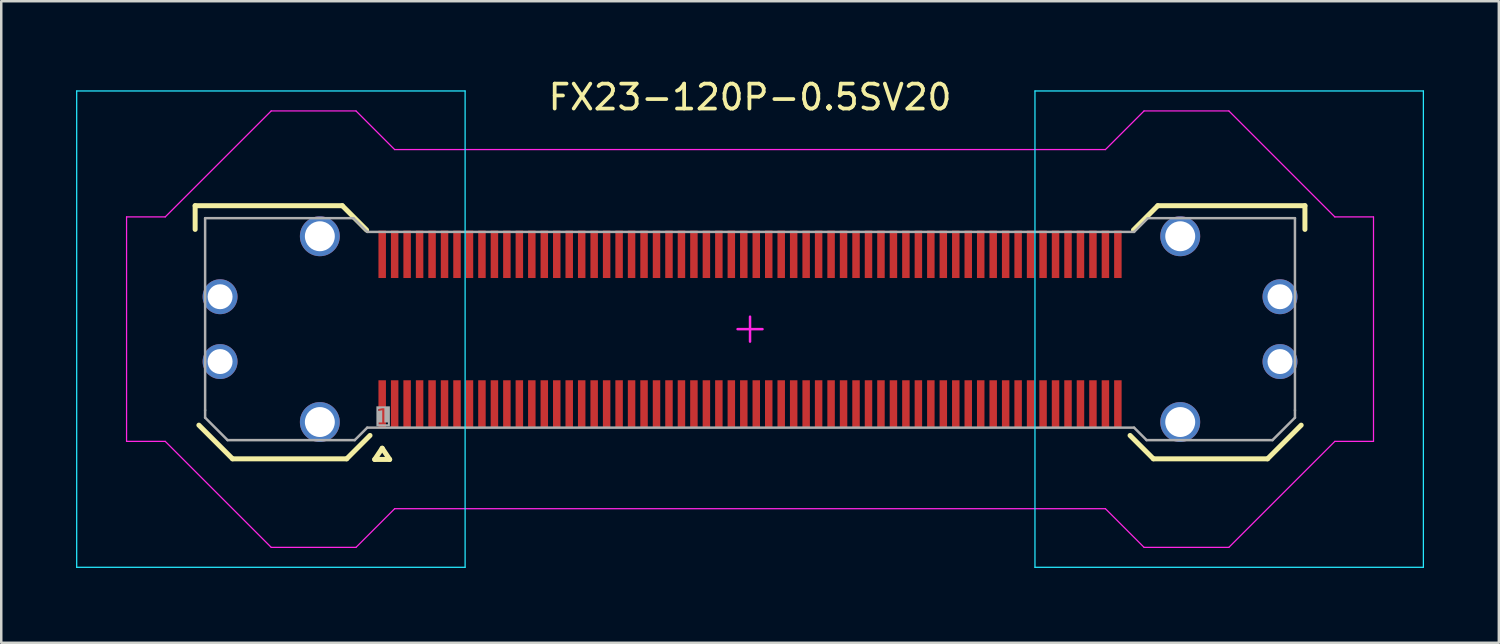
<source format=kicad_pcb>
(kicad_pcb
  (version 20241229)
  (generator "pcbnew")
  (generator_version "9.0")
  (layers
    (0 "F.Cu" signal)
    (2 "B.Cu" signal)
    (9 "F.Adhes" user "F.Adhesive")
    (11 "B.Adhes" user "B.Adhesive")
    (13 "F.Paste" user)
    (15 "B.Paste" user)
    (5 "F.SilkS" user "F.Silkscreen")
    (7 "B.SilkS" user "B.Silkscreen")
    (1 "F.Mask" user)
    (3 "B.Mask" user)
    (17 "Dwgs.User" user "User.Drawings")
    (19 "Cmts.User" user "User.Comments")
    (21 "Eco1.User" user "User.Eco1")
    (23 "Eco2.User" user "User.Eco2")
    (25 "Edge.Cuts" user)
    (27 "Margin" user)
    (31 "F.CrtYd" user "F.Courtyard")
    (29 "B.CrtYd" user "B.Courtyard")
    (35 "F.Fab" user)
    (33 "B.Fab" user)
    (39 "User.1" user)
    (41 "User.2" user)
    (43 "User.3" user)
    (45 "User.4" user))
  (footprint "FX23-120P-0.5SV20"
    (layer "F.Cu")
    (at 27.025 10.148)
    (property "Reference" "FX23-120P-0.5SV20" (at 0 -9.3 0) (layer "F.SilkS") (effects (font (size 1 1) (thickness 0.15))))
    (fp_line (start -22.25 -4.95) (end -16.35 -4.95) (stroke (width 0.2) (type solid)) (layer "F.SilkS"))
    (fp_line (start -22.25 -4) (end -22.25 -4.95) (stroke (width 0.2) (type solid)) (layer "F.SilkS"))
    (fp_line (start -22.1 3.85) (end -20.75 5.2) (stroke (width 0.2) (type solid)) (layer "F.SilkS"))
    (fp_line (start -20.75 5.2) (end -16.175 5.2) (stroke (width 0.2) (type solid)) (layer "F.SilkS"))
    (fp_line (start -16.35 -4.95) (end -15.375 -3.975) (stroke (width 0.2) (type solid)) (layer "F.SilkS"))
    (fp_line (start -16.175 5.2) (end -15.238 4.263) (stroke (width 0.2) (type solid)) (layer "F.SilkS"))
    (fp_line (start -15.05 5.225) (end -14.75 4.775) (stroke (width 0.2) (type solid)) (layer "F.SilkS"))
    (fp_line (start -15.05 5.225) (end -14.45 5.225) (stroke (width 0.2) (type solid)) (layer "F.SilkS"))
    (fp_line (start -14.75 4.775) (end -14.45 5.225) (stroke (width 0.2) (type solid)) (layer "F.SilkS"))
    (fp_line (start 15.238 4.263) (end 16.175 5.2) (stroke (width 0.2) (type solid)) (layer "F.SilkS"))
    (fp_line (start 15.375 -3.975) (end 16.35 -4.95) (stroke (width 0.2) (type solid)) (layer "F.SilkS"))
    (fp_line (start 16.175 5.2) (end 20.75 5.2) (stroke (width 0.2) (type solid)) (layer "F.SilkS"))
    (fp_line (start 16.35 -4.95) (end 22.25 -4.95) (stroke (width 0.2) (type solid)) (layer "F.SilkS"))
    (fp_line (start 20.75 5.2) (end 22.1 3.85) (stroke (width 0.2) (type solid)) (layer "F.SilkS"))
    (fp_line (start 22.25 -4) (end 22.25 -4.95) (stroke (width 0.2) (type solid)) (layer "F.SilkS"))
    (fp_rect (start -21.95 -1) (end -20.437 -0.3) (stroke (width 0) (type default)) (fill yes) (layer "F.Paste"))
    (fp_rect (start -20.437 1) (end -21.95 0.3) (stroke (width 0) (type default)) (fill yes) (layer "F.Paste"))
    (fp_rect (start -16.85 -2.913) (end -15.4 -4.425) (stroke (width 0) (type default)) (fill yes) (layer "F.Paste"))
    (fp_rect (start -16.85 4.425) (end -15.4 2.913) (stroke (width 0) (type default)) (fill yes) (layer "F.Paste"))
    (fp_rect (start -14.875 -2.1) (end -14.625 -3.9) (stroke (width 0) (type default)) (fill yes) (layer "F.Paste"))
    (fp_rect (start -14.875 3.9) (end -14.625 2.1) (stroke (width 0) (type default)) (fill yes) (layer "F.Paste"))
    (fp_rect (start -14.375 -2.1) (end -14.125 -3.9) (stroke (width 0) (type default)) (fill yes) (layer "F.Paste"))
    (fp_rect (start -14.375 3.9) (end -14.125 2.1) (stroke (width 0) (type default)) (fill yes) (layer "F.Paste"))
    (fp_rect (start -13.875 -2.1) (end -13.625 -3.9) (stroke (width 0) (type default)) (fill yes) (layer "F.Paste"))
    (fp_rect (start -13.875 3.9) (end -13.625 2.1) (stroke (width 0) (type default)) (fill yes) (layer "F.Paste"))
    (fp_rect (start -13.375 -2.1) (end -13.125 -3.9) (stroke (width 0) (type default)) (fill yes) (layer "F.Paste"))
    (fp_rect (start -13.375 3.9) (end -13.125 2.1) (stroke (width 0) (type default)) (fill yes) (layer "F.Paste"))
    (fp_rect (start -12.875 -2.1) (end -12.625 -3.9) (stroke (width 0) (type default)) (fill yes) (layer "F.Paste"))
    (fp_rect (start -12.875 3.9) (end -12.625 2.1) (stroke (width 0) (type default)) (fill yes) (layer "F.Paste"))
    (fp_rect (start -12.375 -2.1) (end -12.125 -3.9) (stroke (width 0) (type default)) (fill yes) (layer "F.Paste"))
    (fp_rect (start -12.375 3.9) (end -12.125 2.1) (stroke (width 0) (type default)) (fill yes) (layer "F.Paste"))
    (fp_rect (start -11.875 -2.1) (end -11.625 -3.9) (stroke (width 0) (type default)) (fill yes) (layer "F.Paste"))
    (fp_rect (start -11.875 3.9) (end -11.625 2.1) (stroke (width 0) (type default)) (fill yes) (layer "F.Paste"))
    (fp_rect (start -11.375 -2.1) (end -11.125 -3.9) (stroke (width 0) (type default)) (fill yes) (layer "F.Paste"))
    (fp_rect (start -11.375 3.9) (end -11.125 2.1) (stroke (width 0) (type default)) (fill yes) (layer "F.Paste"))
    (fp_rect (start -10.875 -2.1) (end -10.625 -3.9) (stroke (width 0) (type default)) (fill yes) (layer "F.Paste"))
    (fp_rect (start -10.875 3.9) (end -10.625 2.1) (stroke (width 0) (type default)) (fill yes) (layer "F.Paste"))
    (fp_rect (start -10.375 -2.1) (end -10.125 -3.9) (stroke (width 0) (type default)) (fill yes) (layer "F.Paste"))
    (fp_rect (start -10.375 3.9) (end -10.125 2.1) (stroke (width 0) (type default)) (fill yes) (layer "F.Paste"))
    (fp_rect (start -9.875 -2.1) (end -9.625 -3.9) (stroke (width 0) (type default)) (fill yes) (layer "F.Paste"))
    (fp_rect (start -9.875 3.9) (end -9.625 2.1) (stroke (width 0) (type default)) (fill yes) (layer "F.Paste"))
    (fp_rect (start -9.375 -2.1) (end -9.125 -3.9) (stroke (width 0) (type default)) (fill yes) (layer "F.Paste"))
    (fp_rect (start -9.375 3.9) (end -9.125 2.1) (stroke (width 0) (type default)) (fill yes) (layer "F.Paste"))
    (fp_rect (start -8.875 -2.1) (end -8.625 -3.9) (stroke (width 0) (type default)) (fill yes) (layer "F.Paste"))
    (fp_rect (start -8.875 3.9) (end -8.625 2.1) (stroke (width 0) (type default)) (fill yes) (layer "F.Paste"))
    (fp_rect (start -8.375 -2.1) (end -8.125 -3.9) (stroke (width 0) (type default)) (fill yes) (layer "F.Paste"))
    (fp_rect (start -8.375 3.9) (end -8.125 2.1) (stroke (width 0) (type default)) (fill yes) (layer "F.Paste"))
    (fp_rect (start -7.875 -2.1) (end -7.625 -3.9) (stroke (width 0) (type default)) (fill yes) (layer "F.Paste"))
    (fp_rect (start -7.875 3.9) (end -7.625 2.1) (stroke (width 0) (type default)) (fill yes) (layer "F.Paste"))
    (fp_rect (start -7.375 -2.1) (end -7.125 -3.9) (stroke (width 0) (type default)) (fill yes) (layer "F.Paste"))
    (fp_rect (start -7.375 3.9) (end -7.125 2.1) (stroke (width 0) (type default)) (fill yes) (layer "F.Paste"))
    (fp_rect (start -6.875 -2.1) (end -6.625 -3.9) (stroke (width 0) (type default)) (fill yes) (layer "F.Paste"))
    (fp_rect (start -6.875 3.9) (end -6.625 2.1) (stroke (width 0) (type default)) (fill yes) (layer "F.Paste"))
    (fp_rect (start -6.375 -2.1) (end -6.125 -3.9) (stroke (width 0) (type default)) (fill yes) (layer "F.Paste"))
    (fp_rect (start -6.375 3.9) (end -6.125 2.1) (stroke (width 0) (type default)) (fill yes) (layer "F.Paste"))
    (fp_rect (start -5.875 -2.1) (end -5.625 -3.9) (stroke (width 0) (type default)) (fill yes) (layer "F.Paste"))
    (fp_rect (start -5.875 3.9) (end -5.625 2.1) (stroke (width 0) (type default)) (fill yes) (layer "F.Paste"))
    (fp_rect (start -5.375 -2.1) (end -5.125 -3.9) (stroke (width 0) (type default)) (fill yes) (layer "F.Paste"))
    (fp_rect (start -5.375 3.9) (end -5.125 2.1) (stroke (width 0) (type default)) (fill yes) (layer "F.Paste"))
    (fp_rect (start -4.875 -2.1) (end -4.625 -3.9) (stroke (width 0) (type default)) (fill yes) (layer "F.Paste"))
    (fp_rect (start -4.875 3.9) (end -4.625 2.1) (stroke (width 0) (type default)) (fill yes) (layer "F.Paste"))
    (fp_rect (start -4.375 -2.1) (end -4.125 -3.9) (stroke (width 0) (type default)) (fill yes) (layer "F.Paste"))
    (fp_rect (start -4.375 3.9) (end -4.125 2.1) (stroke (width 0) (type default)) (fill yes) (layer "F.Paste"))
    (fp_rect (start -3.875 -2.1) (end -3.625 -3.9) (stroke (width 0) (type default)) (fill yes) (layer "F.Paste"))
    (fp_rect (start -3.875 3.9) (end -3.625 2.1) (stroke (width 0) (type default)) (fill yes) (layer "F.Paste"))
    (fp_rect (start -3.375 -2.1) (end -3.125 -3.9) (stroke (width 0) (type default)) (fill yes) (layer "F.Paste"))
    (fp_rect (start -3.375 3.9) (end -3.125 2.1) (stroke (width 0) (type default)) (fill yes) (layer "F.Paste"))
    (fp_rect (start -2.875 -2.1) (end -2.625 -3.9) (stroke (width 0) (type default)) (fill yes) (layer "F.Paste"))
    (fp_rect (start -2.875 3.9) (end -2.625 2.1) (stroke (width 0) (type default)) (fill yes) (layer "F.Paste"))
    (fp_rect (start -2.375 -2.1) (end -2.125 -3.9) (stroke (width 0) (type default)) (fill yes) (layer "F.Paste"))
    (fp_rect (start -2.375 3.9) (end -2.125 2.1) (stroke (width 0) (type default)) (fill yes) (layer "F.Paste"))
    (fp_rect (start -1.875 -2.1) (end -1.625 -3.9) (stroke (width 0) (type default)) (fill yes) (layer "F.Paste"))
    (fp_rect (start -1.875 3.9) (end -1.625 2.1) (stroke (width 0) (type default)) (fill yes) (layer "F.Paste"))
    (fp_rect (start -1.375 -2.1) (end -1.125 -3.9) (stroke (width 0) (type default)) (fill yes) (layer "F.Paste"))
    (fp_rect (start -1.375 3.9) (end -1.125 2.1) (stroke (width 0) (type default)) (fill yes) (layer "F.Paste"))
    (fp_rect (start -0.875 -2.1) (end -0.625 -3.9) (stroke (width 0) (type default)) (fill yes) (layer "F.Paste"))
    (fp_rect (start -0.875 3.9) (end -0.625 2.1) (stroke (width 0) (type default)) (fill yes) (layer "F.Paste"))
    (fp_rect (start -0.375 -2.1) (end -0.125 -3.9) (stroke (width 0) (type default)) (fill yes) (layer "F.Paste"))
    (fp_rect (start -0.375 3.9) (end -0.125 2.1) (stroke (width 0) (type default)) (fill yes) (layer "F.Paste"))
    (fp_rect (start 0.125 -2.1) (end 0.375 -3.9) (stroke (width 0) (type default)) (fill yes) (layer "F.Paste"))
    (fp_rect (start 0.125 3.9) (end 0.375 2.1) (stroke (width 0) (type default)) (fill yes) (layer "F.Paste"))
    (fp_rect (start 0.625 -2.1) (end 0.875 -3.9) (stroke (width 0) (type default)) (fill yes) (layer "F.Paste"))
    (fp_rect (start 0.625 3.9) (end 0.875 2.1) (stroke (width 0) (type default)) (fill yes) (layer "F.Paste"))
    (fp_rect (start 1.125 -2.1) (end 1.375 -3.9) (stroke (width 0) (type default)) (fill yes) (layer "F.Paste"))
    (fp_rect (start 1.125 3.9) (end 1.375 2.1) (stroke (width 0) (type default)) (fill yes) (layer "F.Paste"))
    (fp_rect (start 1.625 -2.1) (end 1.875 -3.9) (stroke (width 0) (type default)) (fill yes) (layer "F.Paste"))
    (fp_rect (start 1.625 3.9) (end 1.875 2.1) (stroke (width 0) (type default)) (fill yes) (layer "F.Paste"))
    (fp_rect (start 2.125 3.9) (end 2.375 2.1) (stroke (width 0) (type default)) (fill yes) (layer "F.Paste"))
    (fp_rect (start 2.125 -2.1) (end 2.375 -3.9) (stroke (width 0) (type default)) (fill yes) (layer "F.Paste"))
    (fp_rect (start 2.625 -2.1) (end 2.875 -3.9) (stroke (width 0) (type default)) (fill yes) (layer "F.Paste"))
    (fp_rect (start 2.625 3.9) (end 2.875 2.1) (stroke (width 0) (type default)) (fill yes) (layer "F.Paste"))
    (fp_rect (start 3.125 -2.1) (end 3.375 -3.9) (stroke (width 0) (type default)) (fill yes) (layer "F.Paste"))
    (fp_rect (start 3.125 3.9) (end 3.375 2.1) (stroke (width 0) (type default)) (fill yes) (layer "F.Paste"))
    (fp_rect (start 3.625 -2.1) (end 3.875 -3.9) (stroke (width 0) (type default)) (fill yes) (layer "F.Paste"))
    (fp_rect (start 3.625 3.9) (end 3.875 2.1) (stroke (width 0) (type default)) (fill yes) (layer "F.Paste"))
    (fp_rect (start 4.125 -2.1) (end 4.375 -3.9) (stroke (width 0) (type default)) (fill yes) (layer "F.Paste"))
    (fp_rect (start 4.125 3.9) (end 4.375 2.1) (stroke (width 0) (type default)) (fill yes) (layer "F.Paste"))
    (fp_rect (start 4.625 3.9) (end 4.875 2.1) (stroke (width 0) (type default)) (fill yes) (layer "F.Paste"))
    (fp_rect (start 4.625 -2.1) (end 4.875 -3.9) (stroke (width 0) (type default)) (fill yes) (layer "F.Paste"))
    (fp_rect (start 5.125 -2.1) (end 5.375 -3.9) (stroke (width 0) (type default)) (fill yes) (layer "F.Paste"))
    (fp_rect (start 5.125 3.9) (end 5.375 2.1) (stroke (width 0) (type default)) (fill yes) (layer "F.Paste"))
    (fp_rect (start 5.625 -2.1) (end 5.875 -3.9) (stroke (width 0) (type default)) (fill yes) (layer "F.Paste"))
    (fp_rect (start 5.625 3.9) (end 5.875 2.1) (stroke (width 0) (type default)) (fill yes) (layer "F.Paste"))
    (fp_rect (start 6.125 -2.1) (end 6.375 -3.9) (stroke (width 0) (type default)) (fill yes) (layer "F.Paste"))
    (fp_rect (start 6.125 3.9) (end 6.375 2.1) (stroke (width 0) (type default)) (fill yes) (layer "F.Paste"))
    (fp_rect (start 6.625 -2.1) (end 6.875 -3.9) (stroke (width 0) (type default)) (fill yes) (layer "F.Paste"))
    (fp_rect (start 6.625 3.9) (end 6.875 2.1) (stroke (width 0) (type default)) (fill yes) (layer "F.Paste"))
    (fp_rect (start 7.125 -2.1) (end 7.375 -3.9) (stroke (width 0) (type default)) (fill yes) (layer "F.Paste"))
    (fp_rect (start 7.125 3.9) (end 7.375 2.1) (stroke (width 0) (type default)) (fill yes) (layer "F.Paste"))
    (fp_rect (start 7.625 -2.1) (end 7.875 -3.9) (stroke (width 0) (type default)) (fill yes) (layer "F.Paste"))
    (fp_rect (start 7.625 3.9) (end 7.875 2.1) (stroke (width 0) (type default)) (fill yes) (layer "F.Paste"))
    (fp_rect (start 8.125 -2.1) (end 8.375 -3.9) (stroke (width 0) (type default)) (fill yes) (layer "F.Paste"))
    (fp_rect (start 8.125 3.9) (end 8.375 2.1) (stroke (width 0) (type default)) (fill yes) (layer "F.Paste"))
    (fp_rect (start 8.625 -2.1) (end 8.875 -3.9) (stroke (width 0) (type default)) (fill yes) (layer "F.Paste"))
    (fp_rect (start 8.625 3.9) (end 8.875 2.1) (stroke (width 0) (type default)) (fill yes) (layer "F.Paste"))
    (fp_rect (start 9.125 -2.1) (end 9.375 -3.9) (stroke (width 0) (type default)) (fill yes) (layer "F.Paste"))
    (fp_rect (start 9.125 3.9) (end 9.375 2.1) (stroke (width 0) (type default)) (fill yes) (layer "F.Paste"))
    (fp_rect (start 9.625 -2.1) (end 9.875 -3.9) (stroke (width 0) (type default)) (fill yes) (layer "F.Paste"))
    (fp_rect (start 9.625 3.9) (end 9.875 2.1) (stroke (width 0) (type default)) (fill yes) (layer "F.Paste"))
    (fp_rect (start 10.125 -2.1) (end 10.375 -3.9) (stroke (width 0) (type default)) (fill yes) (layer "F.Paste"))
    (fp_rect (start 10.125 3.9) (end 10.375 2.1) (stroke (width 0) (type default)) (fill yes) (layer "F.Paste"))
    (fp_rect (start 10.625 -2.1) (end 10.875 -3.9) (stroke (width 0) (type default)) (fill yes) (layer "F.Paste"))
    (fp_rect (start 10.625 3.9) (end 10.875 2.1) (stroke (width 0) (type default)) (fill yes) (layer "F.Paste"))
    (fp_rect (start 11.125 -2.1) (end 11.375 -3.9) (stroke (width 0) (type default)) (fill yes) (layer "F.Paste"))
    (fp_rect (start 11.125 3.9) (end 11.375 2.1) (stroke (width 0) (type default)) (fill yes) (layer "F.Paste"))
    (fp_rect (start 11.625 -2.1) (end 11.875 -3.9) (stroke (width 0) (type default)) (fill yes) (layer "F.Paste"))
    (fp_rect (start 11.625 3.9) (end 11.875 2.1) (stroke (width 0) (type default)) (fill yes) (layer "F.Paste"))
    (fp_rect (start 12.125 -2.1) (end 12.375 -3.9) (stroke (width 0) (type default)) (fill yes) (layer "F.Paste"))
    (fp_rect (start 12.125 3.9) (end 12.375 2.1) (stroke (width 0) (type default)) (fill yes) (layer "F.Paste"))
    (fp_rect (start 12.625 -2.1) (end 12.875 -3.9) (stroke (width 0) (type default)) (fill yes) (layer "F.Paste"))
    (fp_rect (start 12.625 3.9) (end 12.875 2.1) (stroke (width 0) (type default)) (fill yes) (layer "F.Paste"))
    (fp_rect (start 13.125 -2.1) (end 13.375 -3.9) (stroke (width 0) (type default)) (fill yes) (layer "F.Paste"))
    (fp_rect (start 13.125 3.9) (end 13.375 2.1) (stroke (width 0) (type default)) (fill yes) (layer "F.Paste"))
    (fp_rect (start 13.625 -2.1) (end 13.875 -3.9) (stroke (width 0) (type default)) (fill yes) (layer "F.Paste"))
    (fp_rect (start 13.625 3.9) (end 13.875 2.1) (stroke (width 0) (type default)) (fill yes) (layer "F.Paste"))
    (fp_rect (start 14.125 -2.1) (end 14.375 -3.9) (stroke (width 0) (type default)) (fill yes) (layer "F.Paste"))
    (fp_rect (start 14.125 3.9) (end 14.375 2.1) (stroke (width 0) (type default)) (fill yes) (layer "F.Paste"))
    (fp_rect (start 14.625 -2.1) (end 14.875 -3.9) (stroke (width 0) (type default)) (fill yes) (layer "F.Paste"))
    (fp_rect (start 14.625 3.9) (end 14.875 2.1) (stroke (width 0) (type default)) (fill yes) (layer "F.Paste"))
    (fp_rect (start 16.85 2.913) (end 15.4 4.425) (stroke (width 0) (type default)) (fill yes) (layer "F.Paste"))
    (fp_rect (start 16.85 -4.425) (end 15.4 -2.913) (stroke (width 0) (type default)) (fill yes) (layer "F.Paste"))
    (fp_rect (start 20.437 -1) (end 21.95 -0.3) (stroke (width 0) (type default)) (fill yes) (layer "F.Paste"))
    (fp_rect (start 21.95 1) (end 20.437 0.3) (stroke (width 0) (type default)) (fill yes) (layer "F.Paste"))
    (fp_poly (pts (xy -21.85 -0.3) (xy -21.85 -1.6) (xy -20.45 -1.6) (xy -20.45 -3.1) (xy -20.95 -3.6) (xy -24.85 -3.6) (xy -24.85 -0.3)) (stroke (width 0) (type default)) (fill yes) (layer "F.Paste"))
    (fp_poly (pts (xy -21.85 0.3) (xy -21.85 1.6) (xy -20.45 1.6) (xy -20.45 3.1) (xy -20.95 3.6) (xy -24.85 3.6) (xy -24.85 0.3)) (stroke (width 0) (type default)) (fill yes) (layer "F.Paste"))
    (fp_poly (pts (xy 21.85 -0.3) (xy 21.85 -1.6) (xy 20.45 -1.6) (xy 20.45 -3.1) (xy 20.95 -3.6) (xy 24.85 -3.6) (xy 24.85 -0.3)) (stroke (width 0) (type default)) (fill yes) (layer "F.Paste"))
    (fp_poly (pts (xy 21.85 0.3) (xy 21.85 1.6) (xy 20.45 1.6) (xy 20.45 3.1) (xy 20.95 3.6) (xy 24.85 3.6) (xy 24.85 0.3)) (stroke (width 0) (type default)) (fill yes) (layer "F.Paste"))
    (fp_poly (pts (xy -15.4 -4.325) (xy -17.65 -4.325) (xy -17.65 -2.925) (xy -19.15 -2.925) (xy -19.65 -3.425) (xy -19.65 -8) (xy -19.05 -8.6) (xy -16 -8.6) (xy -15.4 -8)) (stroke (width 0) (type default)) (fill yes) (layer "F.Paste"))
    (fp_poly (pts (xy -15.4 4.325) (xy -17.65 4.325) (xy -17.65 2.925) (xy -19.15 2.925) (xy -19.65 3.425) (xy -19.65 8) (xy -19.05 8.6) (xy -16 8.6) (xy -15.4 8)) (stroke (width 0) (type default)) (fill yes) (layer "F.Paste"))
    (fp_poly (pts (xy 15.4 -4.325) (xy 17.65 -4.325) (xy 17.65 -2.925) (xy 19.15 -2.925) (xy 19.65 -3.425) (xy 19.65 -8) (xy 19.05 -8.6) (xy 16 -8.6) (xy 15.4 -8)) (stroke (width 0) (type default)) (fill yes) (layer "F.Paste"))
    (fp_poly (pts (xy 15.4 4.325) (xy 17.65 4.325) (xy 17.65 2.925) (xy 19.15 2.925) (xy 19.65 3.425) (xy 19.65 8) (xy 19.05 8.6) (xy 16 8.6) (xy 15.4 8)) (stroke (width 0) (type default)) (fill yes) (layer "F.Paste"))
    (fp_line (start -27 -9.55) (end -11.425 -9.55) (stroke (width 0.05) (type solid)) (layer "B.CrtYd"))
    (fp_line (start -27 9.55) (end -27 -9.55) (stroke (width 0.05) (type solid)) (layer "B.CrtYd"))
    (fp_line (start -27 9.55) (end -11.425 9.55) (stroke (width 0.05) (type solid)) (layer "B.CrtYd"))
    (fp_line (start -11.425 9.55) (end -11.425 -9.55) (stroke (width 0.05) (type solid)) (layer "B.CrtYd"))
    (fp_line (start 11.425 -9.55) (end 27 -9.55) (stroke (width 0.05) (type solid)) (layer "B.CrtYd"))
    (fp_line (start 11.425 9.55) (end 11.425 -9.55) (stroke (width 0.05) (type solid)) (layer "B.CrtYd"))
    (fp_line (start 11.425 9.55) (end 27 9.55) (stroke (width 0.05) (type solid)) (layer "B.CrtYd"))
    (fp_line (start 27 9.55) (end 27 -9.55) (stroke (width 0.05) (type solid)) (layer "B.CrtYd"))
    (fp_line (start -25 -4.5) (end -23.45 -4.5) (stroke (width 0.05) (type solid)) (layer "F.CrtYd"))
    (fp_line (start -25 4.5) (end -25 -4.5) (stroke (width 0.05) (type solid)) (layer "F.CrtYd"))
    (fp_line (start -25 4.5) (end -23.45 4.5) (stroke (width 0.05) (type solid)) (layer "F.CrtYd"))
    (fp_line (start -23.45 -4.5) (end -19.2 -8.75) (stroke (width 0.05) (type solid)) (layer "F.CrtYd"))
    (fp_line (start -23.45 4.5) (end -19.2 8.75) (stroke (width 0.05) (type solid)) (layer "F.CrtYd"))
    (fp_line (start -19.2 -8.75) (end -15.8 -8.75) (stroke (width 0.05) (type solid)) (layer "F.CrtYd"))
    (fp_line (start -19.2 8.75) (end -15.8 8.75) (stroke (width 0.05) (type solid)) (layer "F.CrtYd"))
    (fp_line (start -15.8 -8.75) (end -14.25 -7.2) (stroke (width 0.05) (type solid)) (layer "F.CrtYd"))
    (fp_line (start -15.8 8.75) (end -14.25 7.2) (stroke (width 0.05) (type solid)) (layer "F.CrtYd"))
    (fp_line (start -14.25 -7.2) (end 14.25 -7.2) (stroke (width 0.05) (type solid)) (layer "F.CrtYd"))
    (fp_line (start -14.25 7.2) (end 14.25 7.2) (stroke (width 0.05) (type solid)) (layer "F.CrtYd"))
    (fp_line (start -0.5 0) (end 0.5 0) (stroke (width 0.1) (type solid)) (layer "F.CrtYd"))
    (fp_line (start 0 0.5) (end 0 -0.5) (stroke (width 0.1) (type solid)) (layer "F.CrtYd"))
    (fp_line (start 14.25 -7.2) (end 15.8 -8.75) (stroke (width 0.05) (type solid)) (layer "F.CrtYd"))
    (fp_line (start 14.25 7.2) (end 15.8 8.75) (stroke (width 0.05) (type solid)) (layer "F.CrtYd"))
    (fp_line (start 15.8 -8.75) (end 19.2 -8.75) (stroke (width 0.05) (type solid)) (layer "F.CrtYd"))
    (fp_line (start 15.8 8.75) (end 19.2 8.75) (stroke (width 0.05) (type solid)) (layer "F.CrtYd"))
    (fp_line (start 19.2 -8.75) (end 23.45 -4.5) (stroke (width 0.05) (type solid)) (layer "F.CrtYd"))
    (fp_line (start 19.2 8.75) (end 23.45 4.5) (stroke (width 0.05) (type solid)) (layer "F.CrtYd"))
    (fp_line (start 23.45 -4.5) (end 25 -4.5) (stroke (width 0.05) (type solid)) (layer "F.CrtYd"))
    (fp_line (start 23.45 4.5) (end 25 4.5) (stroke (width 0.05) (type solid)) (layer "F.CrtYd"))
    (fp_line (start 25 4.5) (end 25 -4.5) (stroke (width 0.05) (type solid)) (layer "F.CrtYd"))
    (fp_line (start -21.85 -4.45) (end -15.9 -4.45) (stroke (width 0.1) (type solid)) (layer "F.Fab"))
    (fp_line (start -21.85 3.25) (end -21.85 -4.45) (stroke (width 0.1) (type solid)) (layer "F.Fab"))
    (fp_line (start -21.85 3.55) (end -21.85 3.25) (stroke (width 0.1) (type solid)) (layer "F.Fab"))
    (fp_line (start -21.85 3.55) (end -20.95 4.45) (stroke (width 0.1) (type solid)) (layer "F.Fab"))
    (fp_line (start -20.95 4.45) (end -15.85 4.45) (stroke (width 0.1) (type solid)) (layer "F.Fab"))
    (fp_line (start -15.9 -4.45) (end -15.35 -3.9) (stroke (width 0.1) (type solid)) (layer "F.Fab"))
    (fp_line (start -15.85 4.45) (end -15.35 3.95) (stroke (width 0.1) (type solid)) (layer "F.Fab"))
    (fp_line (start -15.35 -3.9) (end 15.4 -3.9) (stroke (width 0.1) (type solid)) (layer "F.Fab"))
    (fp_line (start -15.35 3.95) (end 15.4 3.95) (stroke (width 0.1) (type solid)) (layer "F.Fab"))
    (fp_line (start 15.4 3.95) (end 15.9 4.45) (stroke (width 0.1) (type solid)) (layer "F.Fab"))
    (fp_line (start 15.4 -3.9) (end 15.95 -4.45) (stroke (width 0.1) (type solid)) (layer "F.Fab"))
    (fp_line (start 15.9 4.45) (end 20.95 4.45) (stroke (width 0.1) (type solid)) (layer "F.Fab"))
    (fp_line (start 15.95 -4.45) (end 21.85 -4.45) (stroke (width 0.1) (type solid)) (layer "F.Fab"))
    (fp_line (start 20.95 4.45) (end 21.85 3.55) (stroke (width 0.1) (type solid)) (layer "F.Fab"))
    (fp_line (start 21.85 3.25) (end 21.85 -4.45) (stroke (width 0.1) (type solid)) (layer "F.Fab"))
    (fp_line (start 21.85 3.55) (end 21.85 3.25) (stroke (width 0.1) (type solid)) (layer "F.Fab"))
    (fp_text user "1" (at -15 3.554 0) (unlocked yes) (layer "F.Fab" knockout) (effects (font (face "Arial") (size 0.63 0.63) (thickness 0.254)) (justify left)))
    (pad "1" smd rect (at -14.75 3) (size 0.3 1.9) (layers "F.Cu" "F.Mask" "F.Paste"))
    (pad "2" smd rect (at -14.25 3) (size 0.3 1.9) (layers "F.Cu" "F.Mask" "F.Paste"))
    (pad "3" smd rect (at -13.75 3) (size 0.3 1.9) (layers "F.Cu" "F.Mask" "F.Paste"))
    (pad "4" smd rect (at -13.25 3) (size 0.3 1.9) (layers "F.Cu" "F.Mask" "F.Paste"))
    (pad "5" smd rect (at -12.75 3) (size 0.3 1.9) (layers "F.Cu" "F.Mask" "F.Paste"))
    (pad "6" smd rect (at -12.25 3) (size 0.3 1.9) (layers "F.Cu" "F.Mask" "F.Paste"))
    (pad "7" smd rect (at -11.75 3) (size 0.3 1.9) (layers "F.Cu" "F.Mask" "F.Paste"))
    (pad "8" smd rect (at -11.25 3) (size 0.3 1.9) (layers "F.Cu" "F.Mask" "F.Paste"))
    (pad "9" smd rect (at -10.75 3) (size 0.3 1.9) (layers "F.Cu" "F.Mask" "F.Paste"))
    (pad "10" smd rect (at -10.25 3) (size 0.3 1.9) (layers "F.Cu" "F.Mask" "F.Paste"))
    (pad "11" smd rect (at -9.75 3) (size 0.3 1.9) (layers "F.Cu" "F.Mask" "F.Paste"))
    (pad "12" smd rect (at -9.25 3) (size 0.3 1.9) (layers "F.Cu" "F.Mask" "F.Paste"))
    (pad "13" smd rect (at -8.75 3) (size 0.3 1.9) (layers "F.Cu" "F.Mask" "F.Paste"))
    (pad "14" smd rect (at -8.25 3) (size 0.3 1.9) (layers "F.Cu" "F.Mask" "F.Paste"))
    (pad "15" smd rect (at -7.75 3) (size 0.3 1.9) (layers "F.Cu" "F.Mask" "F.Paste"))
    (pad "16" smd rect (at -7.25 3) (size 0.3 1.9) (layers "F.Cu" "F.Mask" "F.Paste"))
    (pad "17" smd rect (at -6.75 3) (size 0.3 1.9) (layers "F.Cu" "F.Mask" "F.Paste"))
    (pad "18" smd rect (at -6.25 3) (size 0.3 1.9) (layers "F.Cu" "F.Mask" "F.Paste"))
    (pad "19" smd rect (at -5.75 3) (size 0.3 1.9) (layers "F.Cu" "F.Mask" "F.Paste"))
    (pad "20" smd rect (at -5.25 3) (size 0.3 1.9) (layers "F.Cu" "F.Mask" "F.Paste"))
    (pad "21" smd rect (at -4.75 3) (size 0.3 1.9) (layers "F.Cu" "F.Mask" "F.Paste"))
    (pad "22" smd rect (at -4.25 3) (size 0.3 1.9) (layers "F.Cu" "F.Mask" "F.Paste"))
    (pad "23" smd rect (at -3.75 3) (size 0.3 1.9) (layers "F.Cu" "F.Mask" "F.Paste"))
    (pad "24" smd rect (at -3.25 3) (size 0.3 1.9) (layers "F.Cu" "F.Mask" "F.Paste"))
    (pad "25" smd rect (at -2.75 3) (size 0.3 1.9) (layers "F.Cu" "F.Mask" "F.Paste"))
    (pad "26" smd rect (at -2.25 3) (size 0.3 1.9) (layers "F.Cu" "F.Mask" "F.Paste"))
    (pad "27" smd rect (at -1.75 3) (size 0.3 1.9) (layers "F.Cu" "F.Mask" "F.Paste"))
    (pad "28" smd rect (at -1.25 3) (size 0.3 1.9) (layers "F.Cu" "F.Mask" "F.Paste"))
    (pad "29" smd rect (at -0.75 3) (size 0.3 1.9) (layers "F.Cu" "F.Mask" "F.Paste"))
    (pad "30" smd rect (at -0.25 3) (size 0.3 1.9) (layers "F.Cu" "F.Mask" "F.Paste"))
    (pad "31" smd rect (at 0.25 3) (size 0.3 1.9) (layers "F.Cu" "F.Mask" "F.Paste"))
    (pad "32" smd rect (at 0.75 3) (size 0.3 1.9) (layers "F.Cu" "F.Mask" "F.Paste"))
    (pad "33" smd rect (at 1.25 3) (size 0.3 1.9) (layers "F.Cu" "F.Mask" "F.Paste"))
    (pad "34" smd rect (at 1.75 3) (size 0.3 1.9) (layers "F.Cu" "F.Mask" "F.Paste"))
    (pad "35" smd rect (at 2.25 3) (size 0.3 1.9) (layers "F.Cu" "F.Mask" "F.Paste"))
    (pad "36" smd rect (at 2.75 3) (size 0.3 1.9) (layers "F.Cu" "F.Mask" "F.Paste"))
    (pad "37" smd rect (at 3.25 3) (size 0.3 1.9) (layers "F.Cu" "F.Mask" "F.Paste"))
    (pad "38" smd rect (at 3.75 3) (size 0.3 1.9) (layers "F.Cu" "F.Mask" "F.Paste"))
    (pad "39" smd rect (at 4.25 3) (size 0.3 1.9) (layers "F.Cu" "F.Mask" "F.Paste"))
    (pad "40" smd rect (at 4.75 3) (size 0.3 1.9) (layers "F.Cu" "F.Mask" "F.Paste"))
    (pad "41" smd rect (at 5.25 3) (size 0.3 1.9) (layers "F.Cu" "F.Mask" "F.Paste"))
    (pad "42" smd rect (at 5.75 3) (size 0.3 1.9) (layers "F.Cu" "F.Mask" "F.Paste"))
    (pad "43" smd rect (at 6.25 3) (size 0.3 1.9) (layers "F.Cu" "F.Mask" "F.Paste"))
    (pad "44" smd rect (at 6.75 3) (size 0.3 1.9) (layers "F.Cu" "F.Mask" "F.Paste"))
    (pad "45" smd rect (at 7.25 3) (size 0.3 1.9) (layers "F.Cu" "F.Mask" "F.Paste"))
    (pad "46" smd rect (at 7.75 3) (size 0.3 1.9) (layers "F.Cu" "F.Mask" "F.Paste"))
    (pad "47" smd rect (at 8.25 3) (size 0.3 1.9) (layers "F.Cu" "F.Mask" "F.Paste"))
    (pad "48" smd rect (at 8.75 3) (size 0.3 1.9) (layers "F.Cu" "F.Mask" "F.Paste"))
    (pad "49" smd rect (at 9.25 3) (size 0.3 1.9) (layers "F.Cu" "F.Mask" "F.Paste"))
    (pad "50" smd rect (at 9.75 3) (size 0.3 1.9) (layers "F.Cu" "F.Mask" "F.Paste"))
    (pad "51" smd rect (at 10.25 3) (size 0.3 1.9) (layers "F.Cu" "F.Mask" "F.Paste"))
    (pad "52" smd rect (at 10.75 3) (size 0.3 1.9) (layers "F.Cu" "F.Mask" "F.Paste"))
    (pad "53" smd rect (at 11.25 3) (size 0.3 1.9) (layers "F.Cu" "F.Mask" "F.Paste"))
    (pad "54" smd rect (at 11.75 3) (size 0.3 1.9) (layers "F.Cu" "F.Mask" "F.Paste"))
    (pad "55" smd rect (at 12.25 3) (size 0.3 1.9) (layers "F.Cu" "F.Mask" "F.Paste"))
    (pad "56" smd rect (at 12.75 3) (size 0.3 1.9) (layers "F.Cu" "F.Mask" "F.Paste"))
    (pad "57" smd rect (at 13.25 3) (size 0.3 1.9) (layers "F.Cu" "F.Mask" "F.Paste"))
    (pad "58" smd rect (at 13.75 3) (size 0.3 1.9) (layers "F.Cu" "F.Mask" "F.Paste"))
    (pad "59" smd rect (at 14.25 3) (size 0.3 1.9) (layers "F.Cu" "F.Mask" "F.Paste"))
    (pad "60" smd rect (at 14.75 3) (size 0.3 1.9) (layers "F.Cu" "F.Mask" "F.Paste"))
    (pad "61" smd rect (at -14.75 -3) (size 0.3 1.9) (layers "F.Cu" "F.Mask" "F.Paste"))
    (pad "62" smd rect (at -14.25 -3) (size 0.3 1.9) (layers "F.Cu" "F.Mask" "F.Paste"))
    (pad "63" smd rect (at -13.75 -3) (size 0.3 1.9) (layers "F.Cu" "F.Mask" "F.Paste"))
    (pad "64" smd rect (at -13.25 -3) (size 0.3 1.9) (layers "F.Cu" "F.Mask" "F.Paste"))
    (pad "65" smd rect (at -12.75 -3) (size 0.3 1.9) (layers "F.Cu" "F.Mask" "F.Paste"))
    (pad "66" smd rect (at -12.25 -3) (size 0.3 1.9) (layers "F.Cu" "F.Mask" "F.Paste"))
    (pad "67" smd rect (at -11.75 -3) (size 0.3 1.9) (layers "F.Cu" "F.Mask" "F.Paste"))
    (pad "68" smd rect (at -11.25 -3) (size 0.3 1.9) (layers "F.Cu" "F.Mask" "F.Paste"))
    (pad "69" smd rect (at -10.75 -3) (size 0.3 1.9) (layers "F.Cu" "F.Mask" "F.Paste"))
    (pad "70" smd rect (at -10.25 -3) (size 0.3 1.9) (layers "F.Cu" "F.Mask" "F.Paste"))
    (pad "71" smd rect (at -9.75 -3) (size 0.3 1.9) (layers "F.Cu" "F.Mask" "F.Paste"))
    (pad "72" smd rect (at -9.25 -3) (size 0.3 1.9) (layers "F.Cu" "F.Mask" "F.Paste"))
    (pad "73" smd rect (at -8.75 -3) (size 0.3 1.9) (layers "F.Cu" "F.Mask" "F.Paste"))
    (pad "74" smd rect (at -8.25 -3) (size 0.3 1.9) (layers "F.Cu" "F.Mask" "F.Paste"))
    (pad "75" smd rect (at -7.75 -3) (size 0.3 1.9) (layers "F.Cu" "F.Mask" "F.Paste"))
    (pad "76" smd rect (at -7.25 -3) (size 0.3 1.9) (layers "F.Cu" "F.Mask" "F.Paste"))
    (pad "77" smd rect (at -6.75 -3) (size 0.3 1.9) (layers "F.Cu" "F.Mask" "F.Paste"))
    (pad "78" smd rect (at -6.25 -3) (size 0.3 1.9) (layers "F.Cu" "F.Mask" "F.Paste"))
    (pad "79" smd rect (at -5.75 -3) (size 0.3 1.9) (layers "F.Cu" "F.Mask" "F.Paste"))
    (pad "80" smd rect (at -5.25 -3) (size 0.3 1.9) (layers "F.Cu" "F.Mask" "F.Paste"))
    (pad "81" smd rect (at -4.75 -3) (size 0.3 1.9) (layers "F.Cu" "F.Mask" "F.Paste"))
    (pad "82" smd rect (at -4.25 -3) (size 0.3 1.9) (layers "F.Cu" "F.Mask" "F.Paste"))
    (pad "83" smd rect (at -3.75 -3) (size 0.3 1.9) (layers "F.Cu" "F.Mask" "F.Paste"))
    (pad "84" smd rect (at -3.25 -3) (size 0.3 1.9) (layers "F.Cu" "F.Mask" "F.Paste"))
    (pad "85" smd rect (at -2.75 -3) (size 0.3 1.9) (layers "F.Cu" "F.Mask" "F.Paste"))
    (pad "86" smd rect (at -2.25 -3) (size 0.3 1.9) (layers "F.Cu" "F.Mask" "F.Paste"))
    (pad "87" smd rect (at -1.75 -3) (size 0.3 1.9) (layers "F.Cu" "F.Mask" "F.Paste"))
    (pad "88" smd rect (at -1.25 -3) (size 0.3 1.9) (layers "F.Cu" "F.Mask" "F.Paste"))
    (pad "89" smd rect (at -0.75 -3) (size 0.3 1.9) (layers "F.Cu" "F.Mask" "F.Paste"))
    (pad "90" smd rect (at -0.25 -3) (size 0.3 1.9) (layers "F.Cu" "F.Mask" "F.Paste"))
    (pad "91" smd rect (at 0.25 -3) (size 0.3 1.9) (layers "F.Cu" "F.Mask" "F.Paste"))
    (pad "92" smd rect (at 0.75 -3) (size 0.3 1.9) (layers "F.Cu" "F.Mask" "F.Paste"))
    (pad "93" smd rect (at 1.25 -3) (size 0.3 1.9) (layers "F.Cu" "F.Mask" "F.Paste"))
    (pad "94" smd rect (at 1.75 -3) (size 0.3 1.9) (layers "F.Cu" "F.Mask" "F.Paste"))
    (pad "95" smd rect (at 2.25 -3) (size 0.3 1.9) (layers "F.Cu" "F.Mask" "F.Paste"))
    (pad "96" smd rect (at 2.75 -3) (size 0.3 1.9) (layers "F.Cu" "F.Mask" "F.Paste"))
    (pad "97" smd rect (at 3.25 -3) (size 0.3 1.9) (layers "F.Cu" "F.Mask" "F.Paste"))
    (pad "98" smd rect (at 3.75 -3) (size 0.3 1.9) (layers "F.Cu" "F.Mask" "F.Paste"))
    (pad "99" smd rect (at 4.25 -3) (size 0.3 1.9) (layers "F.Cu" "F.Mask" "F.Paste"))
    (pad "100" smd rect (at 4.75 -3) (size 0.3 1.9) (layers "F.Cu" "F.Mask" "F.Paste"))
    (pad "101" smd rect (at 5.25 -3) (size 0.3 1.9) (layers "F.Cu" "F.Mask" "F.Paste"))
    (pad "102" smd rect (at 5.75 -3) (size 0.3 1.9) (layers "F.Cu" "F.Mask" "F.Paste"))
    (pad "103" smd rect (at 6.25 -3) (size 0.3 1.9) (layers "F.Cu" "F.Mask" "F.Paste"))
    (pad "104" smd rect (at 6.75 -3) (size 0.3 1.9) (layers "F.Cu" "F.Mask" "F.Paste"))
    (pad "105" smd rect (at 7.25 -3) (size 0.3 1.9) (layers "F.Cu" "F.Mask" "F.Paste"))
    (pad "106" smd rect (at 7.75 -3) (size 0.3 1.9) (layers "F.Cu" "F.Mask" "F.Paste"))
    (pad "107" smd rect (at 8.25 -3) (size 0.3 1.9) (layers "F.Cu" "F.Mask" "F.Paste"))
    (pad "108" smd rect (at 8.75 -3) (size 0.3 1.9) (layers "F.Cu" "F.Mask" "F.Paste"))
    (pad "109" smd rect (at 9.25 -3) (size 0.3 1.9) (layers "F.Cu" "F.Mask" "F.Paste"))
    (pad "110" smd rect (at 9.75 -3) (size 0.3 1.9) (layers "F.Cu" "F.Mask" "F.Paste"))
    (pad "111" smd rect (at 10.25 -3) (size 0.3 1.9) (layers "F.Cu" "F.Mask" "F.Paste"))
    (pad "112" smd rect (at 10.75 -3) (size 0.3 1.9) (layers "F.Cu" "F.Mask" "F.Paste"))
    (pad "113" smd rect (at 11.25 -3) (size 0.3 1.9) (layers "F.Cu" "F.Mask" "F.Paste"))
    (pad "114" smd rect (at 11.75 -3) (size 0.3 1.9) (layers "F.Cu" "F.Mask" "F.Paste"))
    (pad "115" smd rect (at 12.25 -3) (size 0.3 1.9) (layers "F.Cu" "F.Mask" "F.Paste"))
    (pad "116" smd rect (at 12.75 -3) (size 0.3 1.9) (layers "F.Cu" "F.Mask" "F.Paste"))
    (pad "117" smd rect (at 13.25 -3) (size 0.3 1.9) (layers "F.Cu" "F.Mask" "F.Paste"))
    (pad "118" smd rect (at 13.75 -3) (size 0.3 1.9) (layers "F.Cu" "F.Mask" "F.Paste"))
    (pad "119" smd rect (at 14.25 -3) (size 0.3 1.9) (layers "F.Cu" "F.Mask" "F.Paste"))
    (pad "120" smd rect (at 14.75 -3) (size 0.3 1.9) (layers "F.Cu" "F.Mask" "F.Paste"))
    (pad "121" thru_hole circle (at -17.25 3.725 180) (size 1.6 1.6) (drill 1.2) (layers "*.Cu" "*.Mask"))
    (pad "122" thru_hole circle (at 17.25 3.725) (size 1.6 1.6) (drill 1.2) (layers "*.Cu" "*.Mask"))
    (pad "123" thru_hole circle (at -17.25 -3.725 180) (size 1.6 1.6) (drill 1.2) (layers "*.Cu" "*.Mask"))
    (pad "124" thru_hole circle (at 17.25 -3.725) (size 1.6 1.6) (drill 1.2) (layers "*.Cu" "*.Mask"))
    (pad "ME1" thru_hole circle (at -21.25 -1.3) (size 1.4 1.4) (drill 1) (layers "*.Cu" "*.Mask"))
    (pad "ME2" thru_hole circle (at -21.25 1.3) (size 1.4 1.4) (drill 1) (layers "*.Cu" "*.Mask"))
    (pad "ME3" thru_hole circle (at 21.25 -1.3) (size 1.4 1.4) (drill 1) (layers "*.Cu" "*.Mask"))
    (pad "ME4" thru_hole circle (at 21.25 1.3) (size 1.4 1.4) (drill 1) (layers "*.Cu" "*.Mask")))
  (gr_rect
    (start -3 -3)
    (end 57.05 22.723)
    (stroke (width 0.1) (type default))
    (fill no)
    (layer "Edge.Cuts")))
</source>
